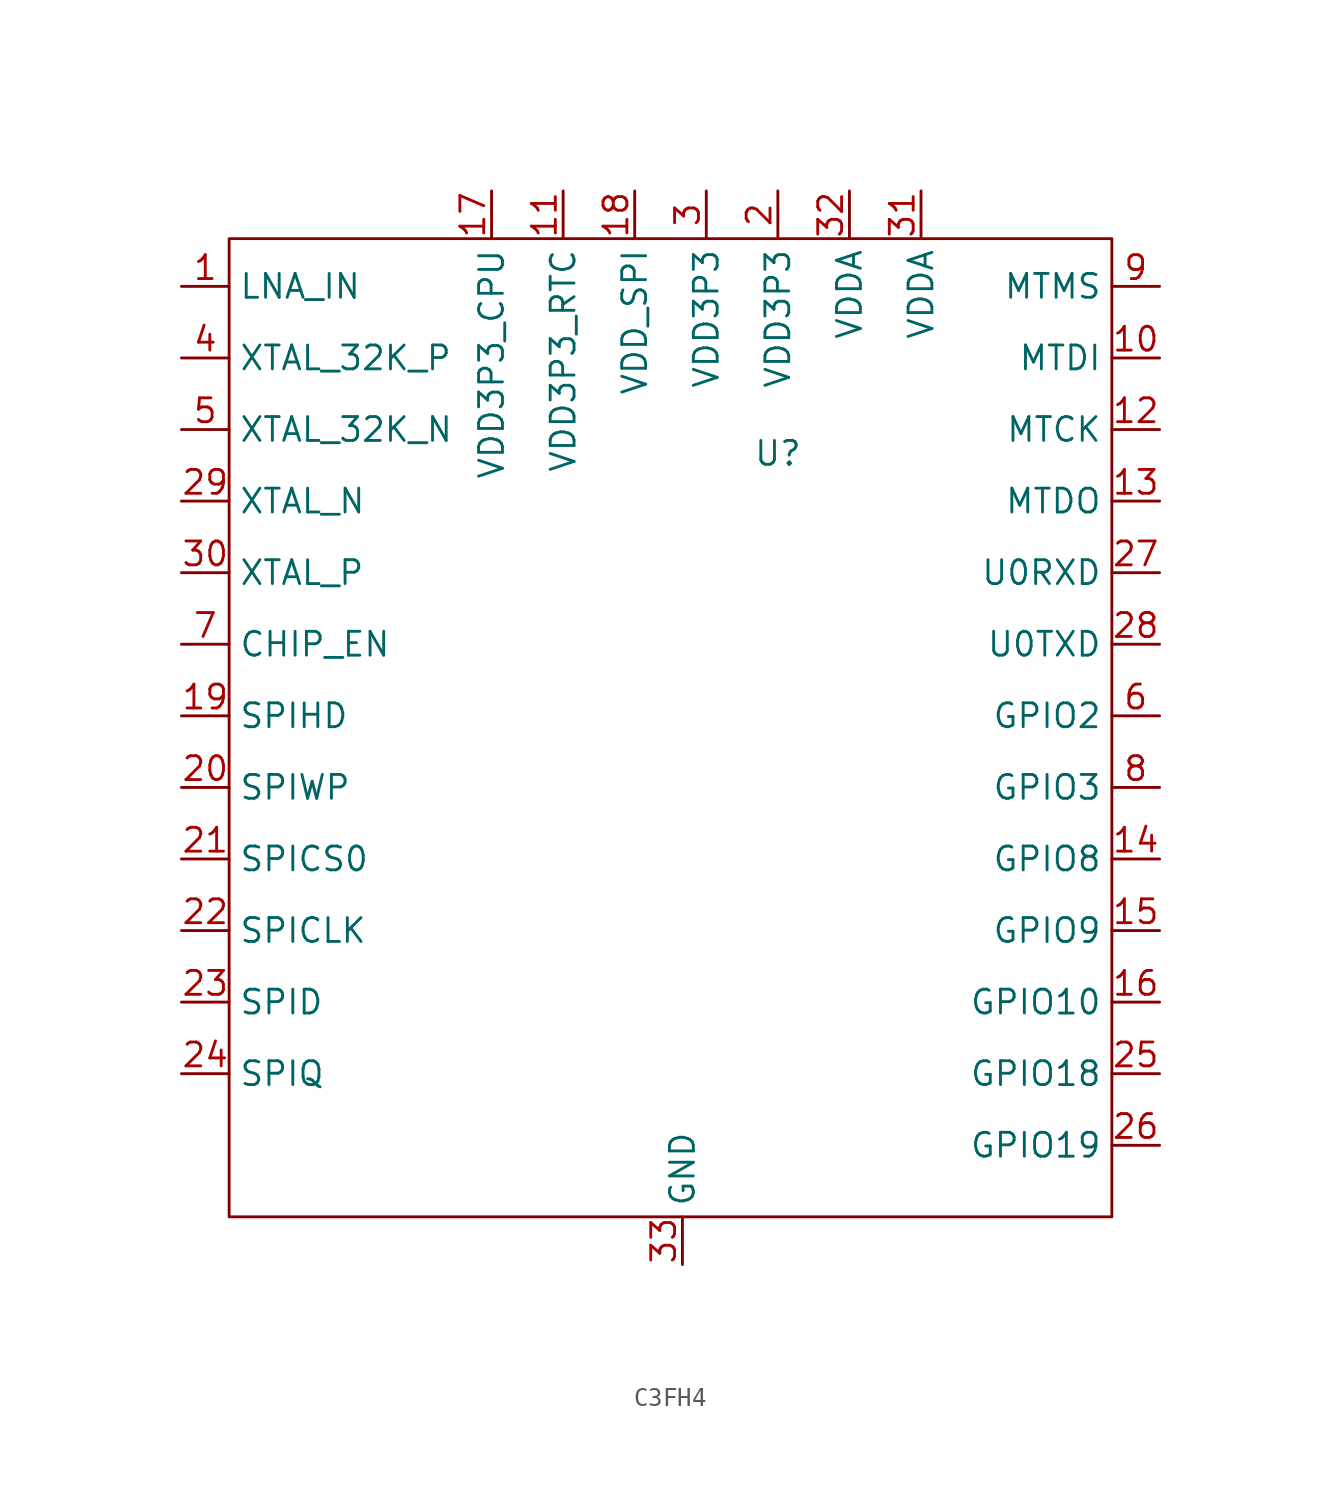
<source format=kicad_sym>
(kicad_symbol_lib
  (version 20220914)
  (generator kicad_symbol_editor)
  (symbol "C3FH4"
    (property "Reference" "U"
      (at 25.4 -24.13 0)
      (effects (font (size 1.27 1.27))))
    (property "Value" ""
      (at 25.4 -24.13 0)
      (effects (font (size 1.27 1.27))))
    (symbol "C3FH4_0_1"
      (rectangle (start -3.81 -12.7) (end 43.18 -64.77) (stroke (width 0) (type default)) (fill (type none))))
    (symbol "C3FH4_1_1"
      (pin input line (at -6.35 -15.24 0) (length 2.54) (name "LNA_IN" (effects (font (size 1.27 1.27)))) (number "1" (effects (font (size 1.27 1.27)))))
      (pin bidirectional line (at 45.72 -19.05 180) (length 2.54) (name "MTDI" (effects (font (size 1.27 1.27)))) (number "10" (effects (font (size 1.27 1.27)))))
      (pin power_in line (at 13.97 -10.16 270) (length 2.54) (name "VDD3P3_RTC" (effects (font (size 1.27 1.27)))) (number "11" (effects (font (size 1.27 1.27)))))
      (pin bidirectional line (at 45.72 -22.86 180) (length 2.54) (name "MTCK" (effects (font (size 1.27 1.27)))) (number "12" (effects (font (size 1.27 1.27)))))
      (pin bidirectional line (at 45.72 -26.67 180) (length 2.54) (name "MTDO" (effects (font (size 1.27 1.27)))) (number "13" (effects (font (size 1.27 1.27)))))
      (pin bidirectional line (at 45.72 -45.72 180) (length 2.54) (name "GPIO8" (effects (font (size 1.27 1.27)))) (number "14" (effects (font (size 1.27 1.27)))))
      (pin bidirectional line (at 45.72 -49.53 180) (length 2.54) (name "GPIO9" (effects (font (size 1.27 1.27)))) (number "15" (effects (font (size 1.27 1.27)))))
      (pin bidirectional line (at 45.72 -53.34 180) (length 2.54) (name "GPIO10" (effects (font (size 1.27 1.27)))) (number "16" (effects (font (size 1.27 1.27)))))
      (pin power_in line (at 10.16 -10.16 270) (length 2.54) (name "VDD3P3_CPU" (effects (font (size 1.27 1.27)))) (number "17" (effects (font (size 1.27 1.27)))))
      (pin power_in line (at 17.78 -10.16 270) (length 2.54) (name "VDD_SPI" (effects (font (size 1.27 1.27)))) (number "18" (effects (font (size 1.27 1.27)))))
      (pin bidirectional line (at -6.35 -38.1 0) (length 2.54) (name "SPIHD" (effects (font (size 1.27 1.27)))) (number "19" (effects (font (size 1.27 1.27)))))
      (pin power_in line (at 25.4 -10.16 270) (length 2.54) (name "VDD3P3" (effects (font (size 1.27 1.27)))) (number "2" (effects (font (size 1.27 1.27)))))
      (pin bidirectional line (at -6.35 -41.91 0) (length 2.54) (name "SPIWP" (effects (font (size 1.27 1.27)))) (number "20" (effects (font (size 1.27 1.27)))))
      (pin bidirectional line (at -6.35 -45.72 0) (length 2.54) (name "SPICS0" (effects (font (size 1.27 1.27)))) (number "21" (effects (font (size 1.27 1.27)))))
      (pin bidirectional line (at -6.35 -49.53 0) (length 2.54) (name "SPICLK" (effects (font (size 1.27 1.27)))) (number "22" (effects (font (size 1.27 1.27)))))
      (pin bidirectional line (at -6.35 -53.34 0) (length 2.54) (name "SPID" (effects (font (size 1.27 1.27)))) (number "23" (effects (font (size 1.27 1.27)))))
      (pin bidirectional line (at -6.35 -57.15 0) (length 2.54) (name "SPIQ" (effects (font (size 1.27 1.27)))) (number "24" (effects (font (size 1.27 1.27)))))
      (pin bidirectional line (at 45.72 -57.15 180) (length 2.54) (name "GPIO18" (effects (font (size 1.27 1.27)))) (number "25" (effects (font (size 1.27 1.27)))))
      (pin bidirectional line (at 45.72 -60.96 180) (length 2.54) (name "GPIO19" (effects (font (size 1.27 1.27)))) (number "26" (effects (font (size 1.27 1.27)))))
      (pin bidirectional line (at 45.72 -30.48 180) (length 2.54) (name "U0RXD" (effects (font (size 1.27 1.27)))) (number "27" (effects (font (size 1.27 1.27)))))
      (pin bidirectional line (at 45.72 -34.29 180) (length 2.54) (name "U0TXD" (effects (font (size 1.27 1.27)))) (number "28" (effects (font (size 1.27 1.27)))))
      (pin input line (at -6.35 -26.67 0) (length 2.54) (name "XTAL_N" (effects (font (size 1.27 1.27)))) (number "29" (effects (font (size 1.27 1.27)))))
      (pin power_in line (at 21.59 -10.16 270) (length 2.54) (name "VDD3P3" (effects (font (size 1.27 1.27)))) (number "3" (effects (font (size 1.27 1.27)))))
      (pin input line (at -6.35 -30.48 0) (length 2.54) (name "XTAL_P" (effects (font (size 1.27 1.27)))) (number "30" (effects (font (size 1.27 1.27)))))
      (pin power_in line (at 33.02 -10.16 270) (length 2.54) (name "VDDA" (effects (font (size 1.27 1.27)))) (number "31" (effects (font (size 1.27 1.27)))))
      (pin power_in line (at 29.21 -10.16 270) (length 2.54) (name "VDDA" (effects (font (size 1.27 1.27)))) (number "32" (effects (font (size 1.27 1.27)))))
      (pin input line (at 20.32 -67.31 90) (length 2.54) (name "GND" (effects (font (size 1.27 1.27)))) (number "33" (effects (font (size 1.27 1.27)))))
      (pin bidirectional line (at -6.35 -19.05 0) (length 2.54) (name "XTAL_32K_P" (effects (font (size 1.27 1.27)))) (number "4" (effects (font (size 1.27 1.27)))))
      (pin bidirectional line (at -6.35 -22.86 0) (length 2.54) (name "XTAL_32K_N" (effects (font (size 1.27 1.27)))) (number "5" (effects (font (size 1.27 1.27)))))
      (pin bidirectional line (at 45.72 -38.1 180) (length 2.54) (name "GPIO2" (effects (font (size 1.27 1.27)))) (number "6" (effects (font (size 1.27 1.27)))))
      (pin input line (at -6.35 -34.29 0) (length 2.54) (name "CHIP_EN" (effects (font (size 1.27 1.27)))) (number "7" (effects (font (size 1.27 1.27)))))
      (pin bidirectional line (at 45.72 -41.91 180) (length 2.54) (name "GPIO3" (effects (font (size 1.27 1.27)))) (number "8" (effects (font (size 1.27 1.27)))))
      (pin bidirectional line (at 45.72 -15.24 180) (length 2.54) (name "MTMS" (effects (font (size 1.27 1.27)))) (number "9" (effects (font (size 1.27 1.27))))))))
</source>
